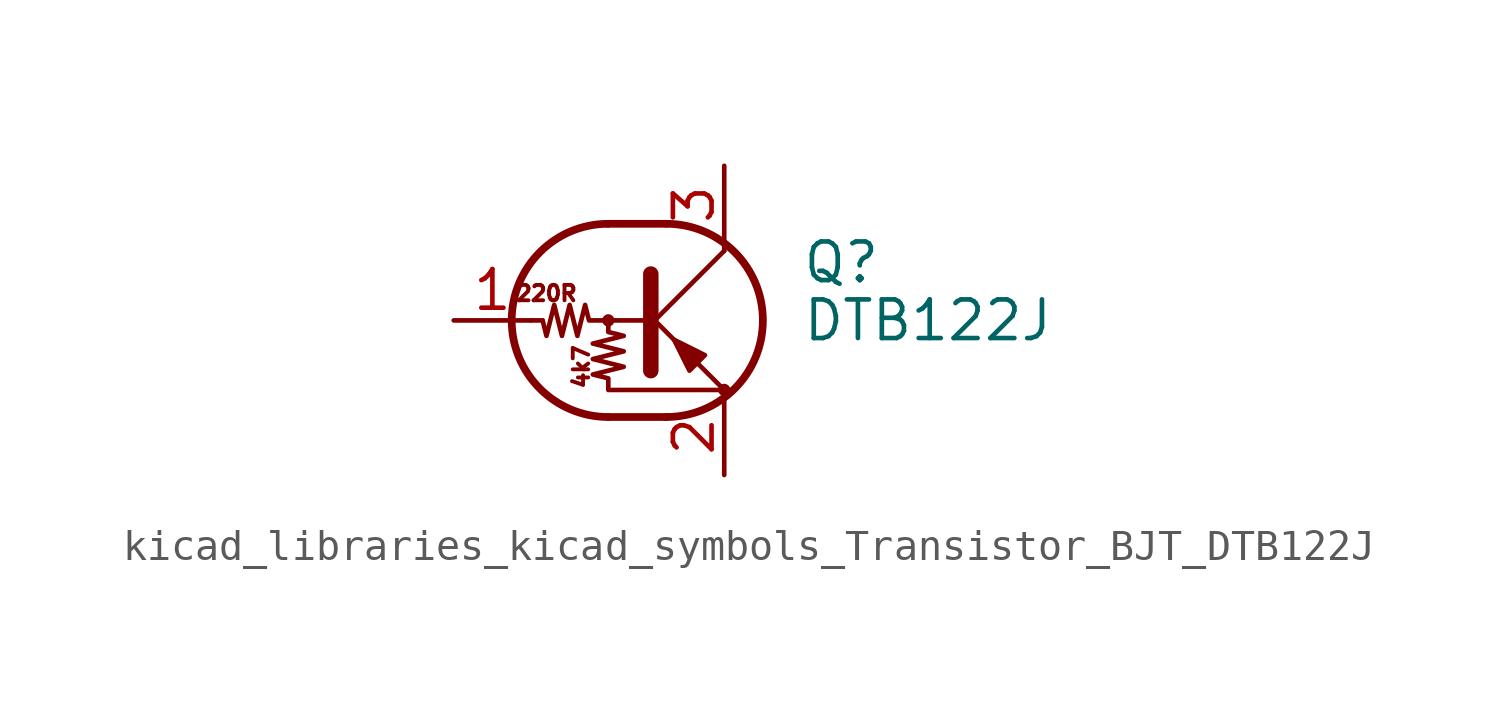
<source format=kicad_sym>
(kicad_symbol_lib
  (version 20220914)
  (generator kicad_symbol_editor)
  (symbol "kicad_libraries_kicad_symbols_Transistor_BJT_DTB122J"
    (pin_names
      (offset 0) hide)
    (property "Reference" "Q"
      (at 5.08 1.905 0)
      (effects (font (size 1.27 1.27)) (justify left)))
    (property "Value" "DTB122J"
      (at 5.08 0 0)
      (effects (font (size 1.27 1.27)) (justify left)))
    (symbol "kicad_libraries_kicad_symbols_Transistor_BJT_DTB122J_0_0"
      (text "220R" (at -3.302 0.889 0) (effects (font (size 0.508 0.508))))
      (text "4k7" (at -2.159 -1.524 900) (effects (font (size 0.508 0.508)))))
    (symbol "kicad_libraries_kicad_symbols_Transistor_BJT_DTB122J_0_1"
      (circle (center -1.27 0) (radius 0.127) (stroke (width 0) (type default)) (fill (type none)))
      (arc (start -1.27 3.175) (mid -4.4312 0) (end -1.27 -3.175) (stroke (width 0.254) (type default)) (fill (type none)))
      (polyline (pts (xy -3.429 0) (xy -3.81 0)) (stroke (width 0) (type default)) (fill (type none)))
      (polyline (pts (xy -1.27 -3.175) (xy 0.635 -3.175)) (stroke (width 0.254) (type default)) (fill (type none)))
      (polyline (pts (xy -1.27 3.175) (xy 0.635 3.175)) (stroke (width 0.254) (type default)) (fill (type none)))
      (polyline (pts (xy 0 -0.254) (xy 2.54 2.286)) (stroke (width 0) (type default)) (fill (type none)))
      (polyline (pts (xy 0.127 1.524) (xy 0.127 -1.651)) (stroke (width 0.508) (type default)) (fill (type outline)))
      (polyline (pts (xy 2.54 2.286) (xy 2.54 2.54)) (stroke (width 0) (type default)) (fill (type none)))
      (polyline (pts (xy 2.54 -2.286) (xy 0 0.254) (xy 0 0.254)) (stroke (width 0) (type default)) (fill (type none)))
      (polyline (pts (xy 1.397 -1.651) (xy 1.905 -1.143) (xy 0.889 -0.635) (xy 1.397 -1.651)) (stroke (width 0) (type default)) (fill (type outline)))
      (polyline (pts (xy 0 0) (xy -1.905 0) (xy -2.032 0.508) (xy -2.286 -0.508) (xy -2.54 0.508) (xy -2.794 -0.508) (xy -3.048 0.508) (xy -3.302 -0.508) (xy -3.429 0)) (stroke (width 0) (type default)) (fill (type none)))
      (polyline (pts (xy -1.27 0) (xy -1.27 -0.381) (xy -0.762 -0.508) (xy -1.778 -0.762) (xy -0.762 -1.016) (xy -1.778 -1.27) (xy -0.762 -1.524) (xy -1.778 -1.778) (xy -1.27 -1.905) (xy -1.27 -2.286) (xy 2.54 -2.286)) (stroke (width 0) (type default)) (fill (type none)))
      (arc (start 0.635 -3.175) (mid 3.7962 0) (end 0.635 3.175) (stroke (width 0.254) (type default)) (fill (type none)))
      (circle (center 2.54 -2.286) (radius 0.127) (stroke (width 0) (type default)) (fill (type none))))
    (symbol "kicad_libraries_kicad_symbols_Transistor_BJT_DTB122J_1_1"
      (pin input line (at -6.35 0 0) (length 2.54) (name "B" (effects (font (size 1.27 1.27)))) (number "1" (effects (font (size 1.27 1.27)))))
      (pin passive line (at 2.54 -5.08 90) (length 2.54) (name "E" (effects (font (size 1.27 1.27)))) (number "2" (effects (font (size 1.27 1.27)))))
      (pin passive line (at 2.54 5.08 270) (length 2.54) (name "C" (effects (font (size 1.27 1.27)))) (number "3" (effects (font (size 1.27 1.27))))))))
</source>
